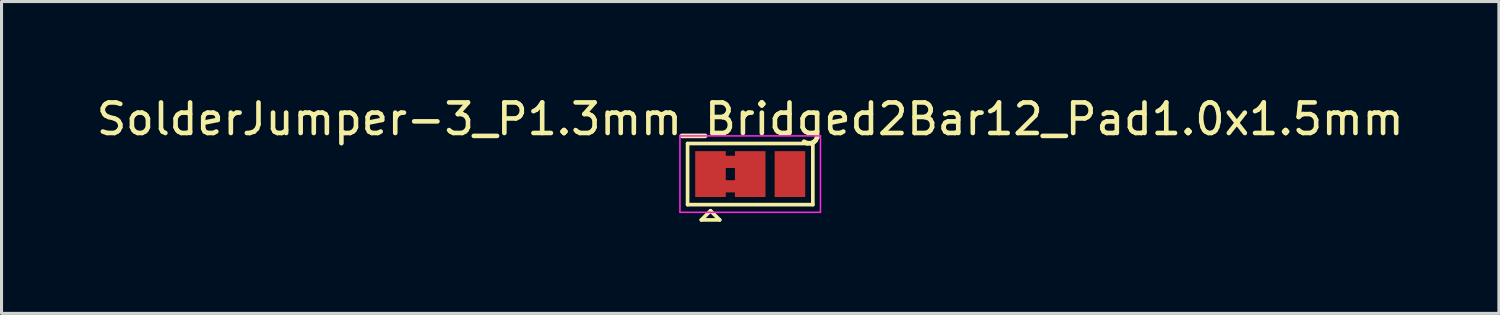
<source format=kicad_pcb>
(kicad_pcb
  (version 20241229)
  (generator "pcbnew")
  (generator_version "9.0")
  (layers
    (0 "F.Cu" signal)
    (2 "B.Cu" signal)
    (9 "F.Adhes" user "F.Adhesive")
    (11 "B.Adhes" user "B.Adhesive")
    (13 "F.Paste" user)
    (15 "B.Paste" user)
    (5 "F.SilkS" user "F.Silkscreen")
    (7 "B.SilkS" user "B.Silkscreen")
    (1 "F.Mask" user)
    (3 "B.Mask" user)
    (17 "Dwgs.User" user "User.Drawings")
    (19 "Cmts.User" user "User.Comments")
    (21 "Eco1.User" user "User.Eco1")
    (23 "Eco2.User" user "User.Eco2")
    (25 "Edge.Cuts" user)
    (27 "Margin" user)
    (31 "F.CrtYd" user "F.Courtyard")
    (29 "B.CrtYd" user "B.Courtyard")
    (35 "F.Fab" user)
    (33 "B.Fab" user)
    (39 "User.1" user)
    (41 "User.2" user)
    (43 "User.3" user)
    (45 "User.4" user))
  (footprint "SolderJumper-3_P1.3mm_Bridged2Bar12_Pad1.0x1.5mm"
    (layer "F.Cu")
    (at 21.506 2.648)
    (property "Reference" "SolderJumper-3_P1.3mm_Bridged2Bar12_Pad1.0x1.5mm" (at 0 -1.8 0) (layer "F.SilkS") (effects (font (size 1 1) (thickness 0.15))))
    (attr exclude_from_pos_files exclude_from_bom)
    (fp_poly (pts (xy -0.9 -0.6) (xy -0.9 -0.2) (xy -0.4 -0.2) (xy -0.4 -0.6)) (stroke (width 0) (type solid)) (fill yes) (layer "F.Cu"))
    (fp_poly (pts (xy -0.9 0.2) (xy -0.9 0.6) (xy -0.4 0.6) (xy -0.4 0.2)) (stroke (width 0) (type solid)) (fill yes) (layer "F.Cu"))
    (fp_line (start -2.05 -1) (end 2.05 -1) (stroke (width 0.12) (type solid)) (layer "F.SilkS"))
    (fp_line (start -2.05 1) (end -2.05 -1) (stroke (width 0.12) (type solid)) (layer "F.SilkS"))
    (fp_line (start -1.6 1.5) (end -1 1.5) (stroke (width 0.12) (type solid)) (layer "F.SilkS"))
    (fp_line (start -1.3 1.2) (end -1.6 1.5) (stroke (width 0.12) (type solid)) (layer "F.SilkS"))
    (fp_line (start -1.3 1.2) (end -1 1.5) (stroke (width 0.12) (type solid)) (layer "F.SilkS"))
    (fp_line (start 2.05 -1) (end 2.05 1) (stroke (width 0.12) (type solid)) (layer "F.SilkS"))
    (fp_line (start 2.05 1) (end -2.05 1) (stroke (width 0.12) (type solid)) (layer "F.SilkS"))
    (fp_line (start -2.3 -1.25) (end -2.3 1.25) (stroke (width 0.05) (type solid)) (layer "F.CrtYd"))
    (fp_line (start -2.3 -1.25) (end 2.3 -1.25) (stroke (width 0.05) (type solid)) (layer "F.CrtYd"))
    (fp_line (start 2.3 1.25) (end -2.3 1.25) (stroke (width 0.05) (type solid)) (layer "F.CrtYd"))
    (fp_line (start 2.3 1.25) (end 2.3 -1.25) (stroke (width 0.05) (type solid)) (layer "F.CrtYd"))
    (pad "1" smd rect (at -1.3 0) (size 1 1.5) (layers "F.Cu" "F.Mask"))
    (pad "2" smd rect (at 0 0) (size 1 1.5) (layers "F.Cu" "F.Mask"))
    (pad "3" smd rect (at 1.3 0) (size 1 1.5) (layers "F.Cu" "F.Mask")))
  (gr_rect
    (start -3 -3)
    (end 46.012 7.208)
    (stroke (width 0.1) (type default))
    (fill no)
    (layer "Edge.Cuts")))
</source>
